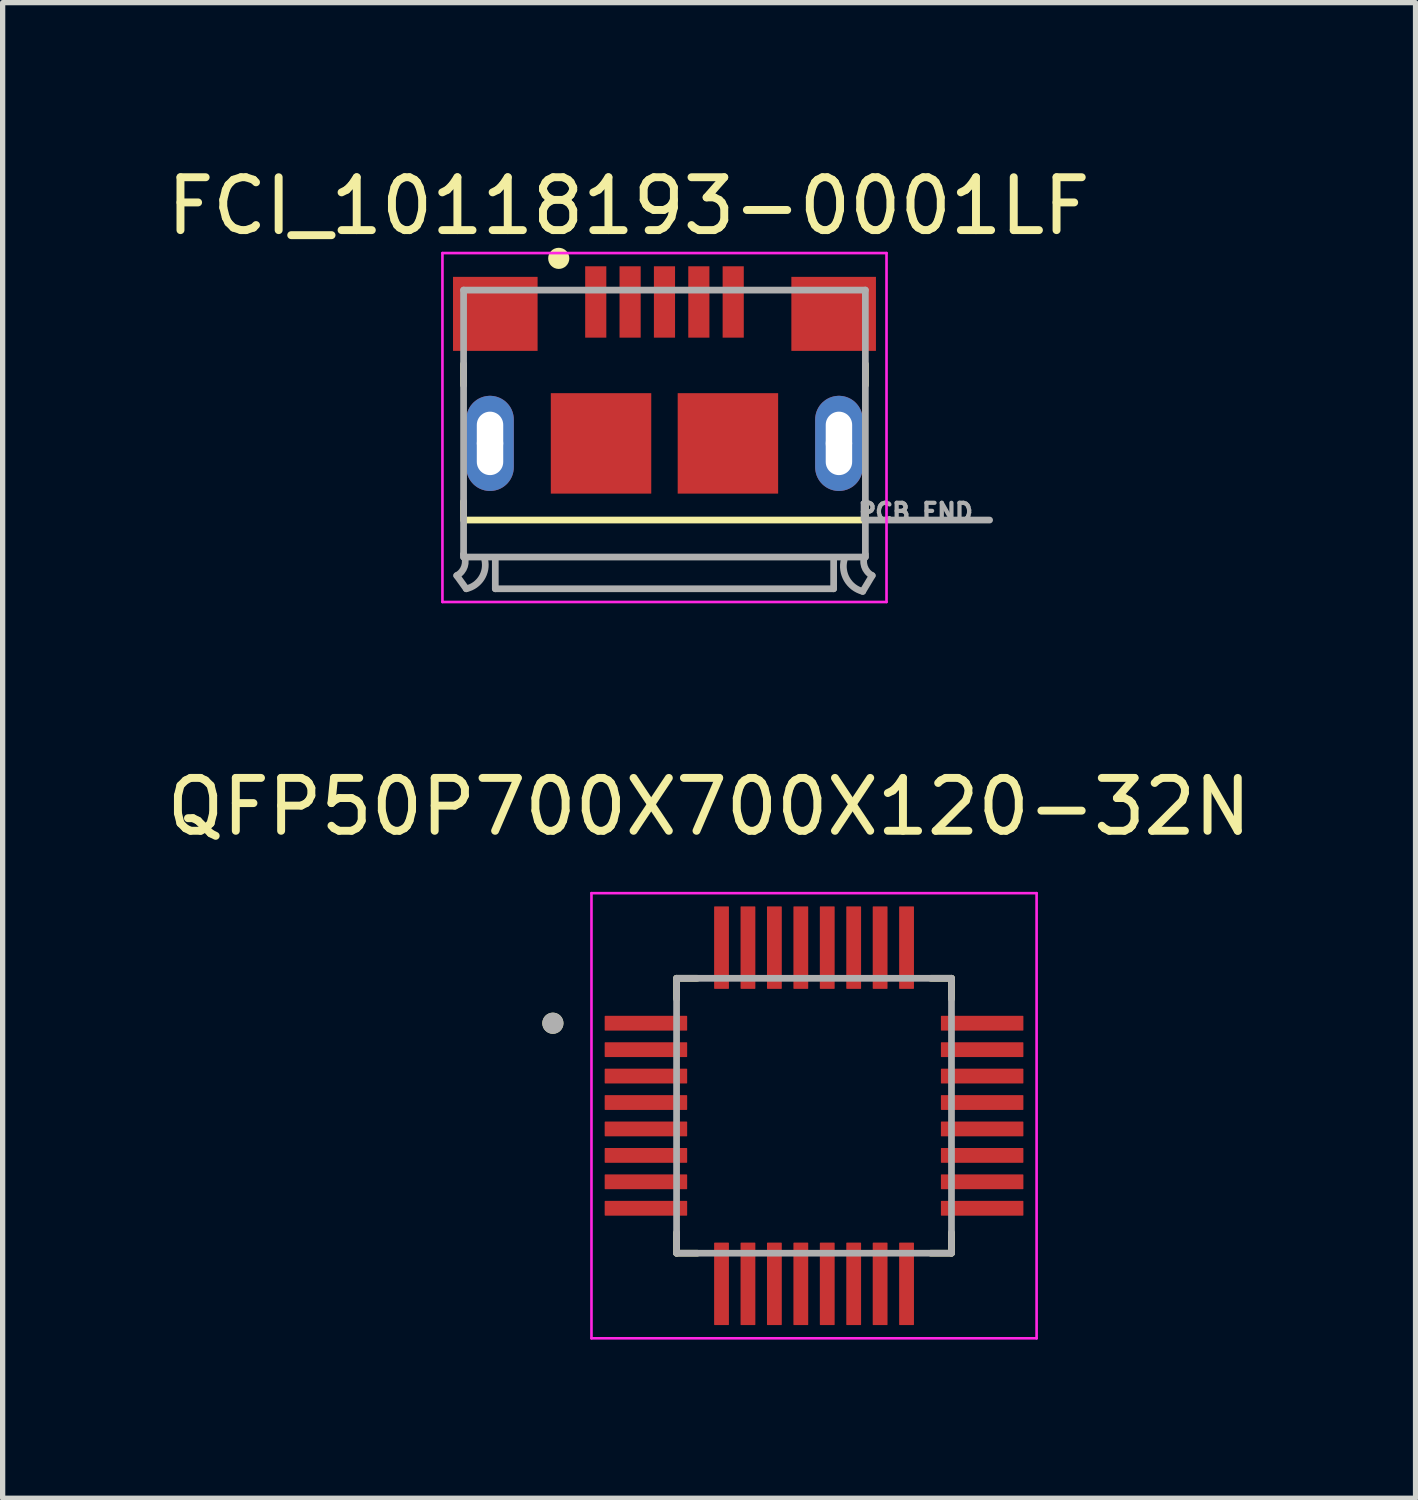
<source format=kicad_pcb>
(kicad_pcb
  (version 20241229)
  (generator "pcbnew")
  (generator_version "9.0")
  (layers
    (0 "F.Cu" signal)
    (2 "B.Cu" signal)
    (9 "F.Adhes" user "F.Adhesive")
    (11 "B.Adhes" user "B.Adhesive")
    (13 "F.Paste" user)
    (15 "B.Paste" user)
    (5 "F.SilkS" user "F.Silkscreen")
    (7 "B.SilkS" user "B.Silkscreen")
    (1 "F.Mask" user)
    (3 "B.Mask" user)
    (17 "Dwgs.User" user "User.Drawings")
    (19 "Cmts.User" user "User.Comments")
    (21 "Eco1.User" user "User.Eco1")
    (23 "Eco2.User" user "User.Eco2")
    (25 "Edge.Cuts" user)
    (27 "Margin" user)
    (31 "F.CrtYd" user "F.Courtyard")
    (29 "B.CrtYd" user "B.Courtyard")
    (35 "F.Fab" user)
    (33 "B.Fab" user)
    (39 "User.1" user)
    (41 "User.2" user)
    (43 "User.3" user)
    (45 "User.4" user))
  (footprint "FCI_10118193-0001LF"
    (layer "F.Cu")
    (at 9.519 5.337)
    (property "Reference" "FCI_10118193-0001LF" (at -0.679 -4.489 0) (layer "F.SilkS") (effects (font (size 1 1) (thickness 0.15))))
    (attr through_hole)
    (fp_line (start -3.8 -1.5) (end -3.8 -1.1) (stroke (width 0.127) (type solid)) (layer "F.SilkS"))
    (fp_line (start -3.8 1.1) (end -3.8 1.4) (stroke (width 0.127) (type solid)) (layer "F.SilkS"))
    (fp_line (start -3.8 1.45) (end 3.8 1.45) (stroke (width 0.127) (type solid)) (layer "F.SilkS"))
    (fp_line (start 3.8 -1.1) (end 3.8 -1.5) (stroke (width 0.127) (type solid)) (layer "F.SilkS"))
    (fp_line (start 3.8 1.1) (end 3.8 1.4) (stroke (width 0.127) (type solid)) (layer "F.SilkS"))
    (fp_circle (center -2 -3.5) (end -1.9 -3.5) (stroke (width 0.2) (type solid)) (fill no) (layer "F.SilkS"))
    (fp_line (start -4.2 -3.6) (end -4.2 3) (stroke (width 0.05) (type solid)) (layer "F.CrtYd"))
    (fp_line (start -4.2 3) (end 4.2 3) (stroke (width 0.05) (type solid)) (layer "F.CrtYd"))
    (fp_line (start 4.2 -3.6) (end -4.2 -3.6) (stroke (width 0.05) (type solid)) (layer "F.CrtYd"))
    (fp_line (start 4.2 3) (end 4.2 -3.6) (stroke (width 0.05) (type solid)) (layer "F.CrtYd"))
    (fp_line (start -3.93 2.5) (end -3.75 2.75) (stroke (width 0.127) (type solid)) (layer "F.Fab"))
    (fp_line (start -3.8 -2.9) (end 3.8 -2.9) (stroke (width 0.127) (type solid)) (layer "F.Fab"))
    (fp_line (start -3.8 2.1) (end -3.8 -2.9) (stroke (width 0.127) (type solid)) (layer "F.Fab"))
    (fp_line (start -3.8 2.15) (end -3.8 2.1) (stroke (width 0.127) (type solid)) (layer "F.Fab"))
    (fp_line (start -3.2 2.2) (end -3.2 2.75) (stroke (width 0.127) (type solid)) (layer "F.Fab"))
    (fp_line (start -3.2 2.75) (end 3.2 2.75) (stroke (width 0.127) (type solid)) (layer "F.Fab"))
    (fp_line (start 3.2 2.75) (end 3.2 2.2) (stroke (width 0.127) (type solid)) (layer "F.Fab"))
    (fp_line (start 3.8 -2.9) (end 3.8 1.45) (stroke (width 0.127) (type solid)) (layer "F.Fab"))
    (fp_line (start 3.8 1.45) (end 3.8 2.15) (stroke (width 0.127) (type solid)) (layer "F.Fab"))
    (fp_line (start 3.8 1.45) (end 6.15 1.45) (stroke (width 0.127) (type solid)) (layer "F.Fab"))
    (fp_line (start 3.8 2.15) (end -3.8 2.15) (stroke (width 0.127) (type solid)) (layer "F.Fab"))
    (fp_line (start 3.93 2.5) (end 3.75 2.8) (stroke (width 0.127) (type solid)) (layer "F.Fab"))
    (fp_arc (start -3.8 2.1) (mid -3.782157 2.326924) (end -3.93 2.5) (stroke (width 0.127) (type solid)) (layer "F.Fab"))
    (fp_arc (start -3.4 2.2) (mid -3.461091 2.547487) (end -3.75 2.75) (stroke (width 0.127) (type solid)) (layer "F.Fab"))
    (fp_arc (start 3.75 2.8) (mid 3.450736 2.572487) (end 3.4 2.2) (stroke (width 0.127) (type solid)) (layer "F.Fab"))
    (fp_arc (start 3.93 2.5) (mid 3.782157 2.326924) (end 3.8 2.1) (stroke (width 0.127) (type solid)) (layer "F.Fab"))
    (fp_text user "PCB END" (at 4.75 1.3 0) (layer "F.Fab") (effects (font (size 0.32 0.32) (thickness 0.15))))
    (pad "" np_thru_hole circle (at -3.3 0) (size 0.5 0.5) (drill 0.5) (layers "*.Cu" "*.Mask"))
    (pad "" np_thru_hole circle (at 3.3 0) (size 0.5 0.5) (drill 0.5) (layers "*.Cu" "*.Mask"))
    (pad "1" smd rect (at -1.3 -2.675) (size 0.4 1.35) (layers "F.Cu" "F.Mask" "F.Paste"))
    (pad "2" smd rect (at -0.65 -2.675) (size 0.4 1.35) (layers "F.Cu" "F.Mask" "F.Paste"))
    (pad "3" smd rect (at 0 -2.675) (size 0.4 1.35) (layers "F.Cu" "F.Mask" "F.Paste"))
    (pad "4" smd rect (at 0.65 -2.675) (size 0.4 1.35) (layers "F.Cu" "F.Mask" "F.Paste"))
    (pad "5" smd rect (at 1.3 -2.675) (size 0.4 1.35) (layers "F.Cu" "F.Mask" "F.Paste"))
    (pad "S1" smd rect (at -3.2 -2.45) (size 1.6 1.4) (layers "F.Cu" "F.Mask" "F.Paste"))
    (pad "S2" smd rect (at 3.2 -2.45) (size 1.6 1.4) (layers "F.Cu" "F.Mask" "F.Paste"))
    (pad "S3" smd rect (at 1.2 0) (size 1.9 1.9) (layers "F.Cu" "F.Mask" "F.Paste"))
    (pad "S4" smd rect (at -1.2 0) (size 1.9 1.9) (layers "F.Cu" "F.Mask" "F.Paste"))
    (pad "S5" thru_hole oval (at -3.3 0) (size 0.9 1.8) (drill oval 0.5 1.2) (layers "*.Cu" "*.Mask"))
    (pad "S6" thru_hole oval (at 3.3 0) (size 0.9 1.8) (drill oval 0.5 1.2) (layers "*.Cu" "*.Mask")))
  (footprint "QFP50P700X700X120-32N"
    (layer "F.Cu")
    (at 12.348 18.055)
    (property "Reference" "QFP50P700X700X120-32N" (at -1.985 -5.845 0) (layer "F.SilkS") (effects (font (size 1 1) (thickness 0.15))))
    (attr through_hole)
    (fp_line (start -2.6 -2.6) (end -2.6 -2.21) (stroke (width 0.127) (type solid)) (layer "F.SilkS"))
    (fp_line (start -2.6 -2.6) (end -2.21 -2.6) (stroke (width 0.127) (type solid)) (layer "F.SilkS"))
    (fp_line (start -2.6 2.6) (end -2.6 2.21) (stroke (width 0.127) (type solid)) (layer "F.SilkS"))
    (fp_line (start -2.6 2.6) (end -2.21 2.6) (stroke (width 0.127) (type solid)) (layer "F.SilkS"))
    (fp_line (start 2.6 -2.6) (end 2.21 -2.6) (stroke (width 0.127) (type solid)) (layer "F.SilkS"))
    (fp_line (start 2.6 -2.6) (end 2.6 -2.21) (stroke (width 0.127) (type solid)) (layer "F.SilkS"))
    (fp_line (start 2.6 2.6) (end 2.21 2.6) (stroke (width 0.127) (type solid)) (layer "F.SilkS"))
    (fp_line (start 2.6 2.6) (end 2.6 2.21) (stroke (width 0.127) (type solid)) (layer "F.SilkS"))
    (fp_circle (center -4.94 -1.75) (end -4.84 -1.75) (stroke (width 0.2) (type solid)) (fill no) (layer "F.SilkS"))
    (fp_line (start -4.21 -4.21) (end 4.21 -4.21) (stroke (width 0.05) (type solid)) (layer "F.CrtYd"))
    (fp_line (start -4.21 4.21) (end -4.21 -4.21) (stroke (width 0.05) (type solid)) (layer "F.CrtYd"))
    (fp_line (start -4.21 4.21) (end 4.21 4.21) (stroke (width 0.05) (type solid)) (layer "F.CrtYd"))
    (fp_line (start 4.21 4.21) (end 4.21 -4.21) (stroke (width 0.05) (type solid)) (layer "F.CrtYd"))
    (fp_line (start -2.6 2.6) (end -2.6 -2.6) (stroke (width 0.127) (type solid)) (layer "F.Fab"))
    (fp_line (start 2.6 -2.6) (end -2.6 -2.6) (stroke (width 0.127) (type solid)) (layer "F.Fab"))
    (fp_line (start 2.6 2.6) (end -2.6 2.6) (stroke (width 0.127) (type solid)) (layer "F.Fab"))
    (fp_line (start 2.6 2.6) (end 2.6 -2.6) (stroke (width 0.127) (type solid)) (layer "F.Fab"))
    (fp_circle (center -4.94 -1.75) (end -4.84 -1.75) (stroke (width 0.2) (type solid)) (fill no) (layer "F.Fab"))
    (pad "1" smd roundrect (at -3.18 -1.75) (size 1.56 0.28) (layers "F.Cu" "F.Mask" "F.Paste") (roundrect_rratio 0.04))
    (pad "2" smd roundrect (at -3.18 -1.25) (size 1.56 0.28) (layers "F.Cu" "F.Mask" "F.Paste") (roundrect_rratio 0.04))
    (pad "3" smd roundrect (at -3.18 -0.75) (size 1.56 0.28) (layers "F.Cu" "F.Mask" "F.Paste") (roundrect_rratio 0.04))
    (pad "4" smd roundrect (at -3.18 -0.25) (size 1.56 0.28) (layers "F.Cu" "F.Mask" "F.Paste") (roundrect_rratio 0.04))
    (pad "5" smd roundrect (at -3.18 0.25) (size 1.56 0.28) (layers "F.Cu" "F.Mask" "F.Paste") (roundrect_rratio 0.04))
    (pad "6" smd roundrect (at -3.18 0.75) (size 1.56 0.28) (layers "F.Cu" "F.Mask" "F.Paste") (roundrect_rratio 0.04))
    (pad "7" smd roundrect (at -3.18 1.25) (size 1.56 0.28) (layers "F.Cu" "F.Mask" "F.Paste") (roundrect_rratio 0.04))
    (pad "8" smd roundrect (at -3.18 1.75) (size 1.56 0.28) (layers "F.Cu" "F.Mask" "F.Paste") (roundrect_rratio 0.04))
    (pad "9" smd roundrect (at -1.75 3.18 90) (size 1.56 0.28) (layers "F.Cu" "F.Mask" "F.Paste") (roundrect_rratio 0.04))
    (pad "10" smd roundrect (at -1.25 3.18 90) (size 1.56 0.28) (layers "F.Cu" "F.Mask" "F.Paste") (roundrect_rratio 0.04))
    (pad "11" smd roundrect (at -0.75 3.18 90) (size 1.56 0.28) (layers "F.Cu" "F.Mask" "F.Paste") (roundrect_rratio 0.04))
    (pad "12" smd roundrect (at -0.25 3.18 90) (size 1.56 0.28) (layers "F.Cu" "F.Mask" "F.Paste") (roundrect_rratio 0.04))
    (pad "13" smd roundrect (at 0.25 3.18 90) (size 1.56 0.28) (layers "F.Cu" "F.Mask" "F.Paste") (roundrect_rratio 0.04))
    (pad "14" smd roundrect (at 0.75 3.18 90) (size 1.56 0.28) (layers "F.Cu" "F.Mask" "F.Paste") (roundrect_rratio 0.04))
    (pad "15" smd roundrect (at 1.25 3.18 90) (size 1.56 0.28) (layers "F.Cu" "F.Mask" "F.Paste") (roundrect_rratio 0.04))
    (pad "16" smd roundrect (at 1.75 3.18 90) (size 1.56 0.28) (layers "F.Cu" "F.Mask" "F.Paste") (roundrect_rratio 0.04))
    (pad "17" smd roundrect (at 3.18 1.75) (size 1.56 0.28) (layers "F.Cu" "F.Mask" "F.Paste") (roundrect_rratio 0.04))
    (pad "18" smd roundrect (at 3.18 1.25) (size 1.56 0.28) (layers "F.Cu" "F.Mask" "F.Paste") (roundrect_rratio 0.04))
    (pad "19" smd roundrect (at 3.18 0.75) (size 1.56 0.28) (layers "F.Cu" "F.Mask" "F.Paste") (roundrect_rratio 0.04))
    (pad "20" smd roundrect (at 3.18 0.25) (size 1.56 0.28) (layers "F.Cu" "F.Mask" "F.Paste") (roundrect_rratio 0.04))
    (pad "21" smd roundrect (at 3.18 -0.25) (size 1.56 0.28) (layers "F.Cu" "F.Mask" "F.Paste") (roundrect_rratio 0.04))
    (pad "22" smd roundrect (at 3.18 -0.75) (size 1.56 0.28) (layers "F.Cu" "F.Mask" "F.Paste") (roundrect_rratio 0.04))
    (pad "23" smd roundrect (at 3.18 -1.25) (size 1.56 0.28) (layers "F.Cu" "F.Mask" "F.Paste") (roundrect_rratio 0.04))
    (pad "24" smd roundrect (at 3.18 -1.75) (size 1.56 0.28) (layers "F.Cu" "F.Mask" "F.Paste") (roundrect_rratio 0.04))
    (pad "25" smd roundrect (at 1.75 -3.18 90) (size 1.56 0.28) (layers "F.Cu" "F.Mask" "F.Paste") (roundrect_rratio 0.04))
    (pad "26" smd roundrect (at 1.25 -3.18 90) (size 1.56 0.28) (layers "F.Cu" "F.Mask" "F.Paste") (roundrect_rratio 0.04))
    (pad "27" smd roundrect (at 0.75 -3.18 90) (size 1.56 0.28) (layers "F.Cu" "F.Mask" "F.Paste") (roundrect_rratio 0.04))
    (pad "28" smd roundrect (at 0.25 -3.18 90) (size 1.56 0.28) (layers "F.Cu" "F.Mask" "F.Paste") (roundrect_rratio 0.04))
    (pad "29" smd roundrect (at -0.25 -3.18 90) (size 1.56 0.28) (layers "F.Cu" "F.Mask" "F.Paste") (roundrect_rratio 0.04))
    (pad "30" smd roundrect (at -0.75 -3.18 90) (size 1.56 0.28) (layers "F.Cu" "F.Mask" "F.Paste") (roundrect_rratio 0.04))
    (pad "31" smd roundrect (at -1.25 -3.18 90) (size 1.56 0.28) (layers "F.Cu" "F.Mask" "F.Paste") (roundrect_rratio 0.04))
    (pad "32" smd roundrect (at -1.75 -3.18 90) (size 1.56 0.28) (layers "F.Cu" "F.Mask" "F.Paste") (roundrect_rratio 0.04)))
  (gr_rect
    (start -3 -3)
    (end 23.726 25.29)
    (stroke (width 0.1) (type default))
    (fill no)
    (layer "Edge.Cuts")))
</source>
